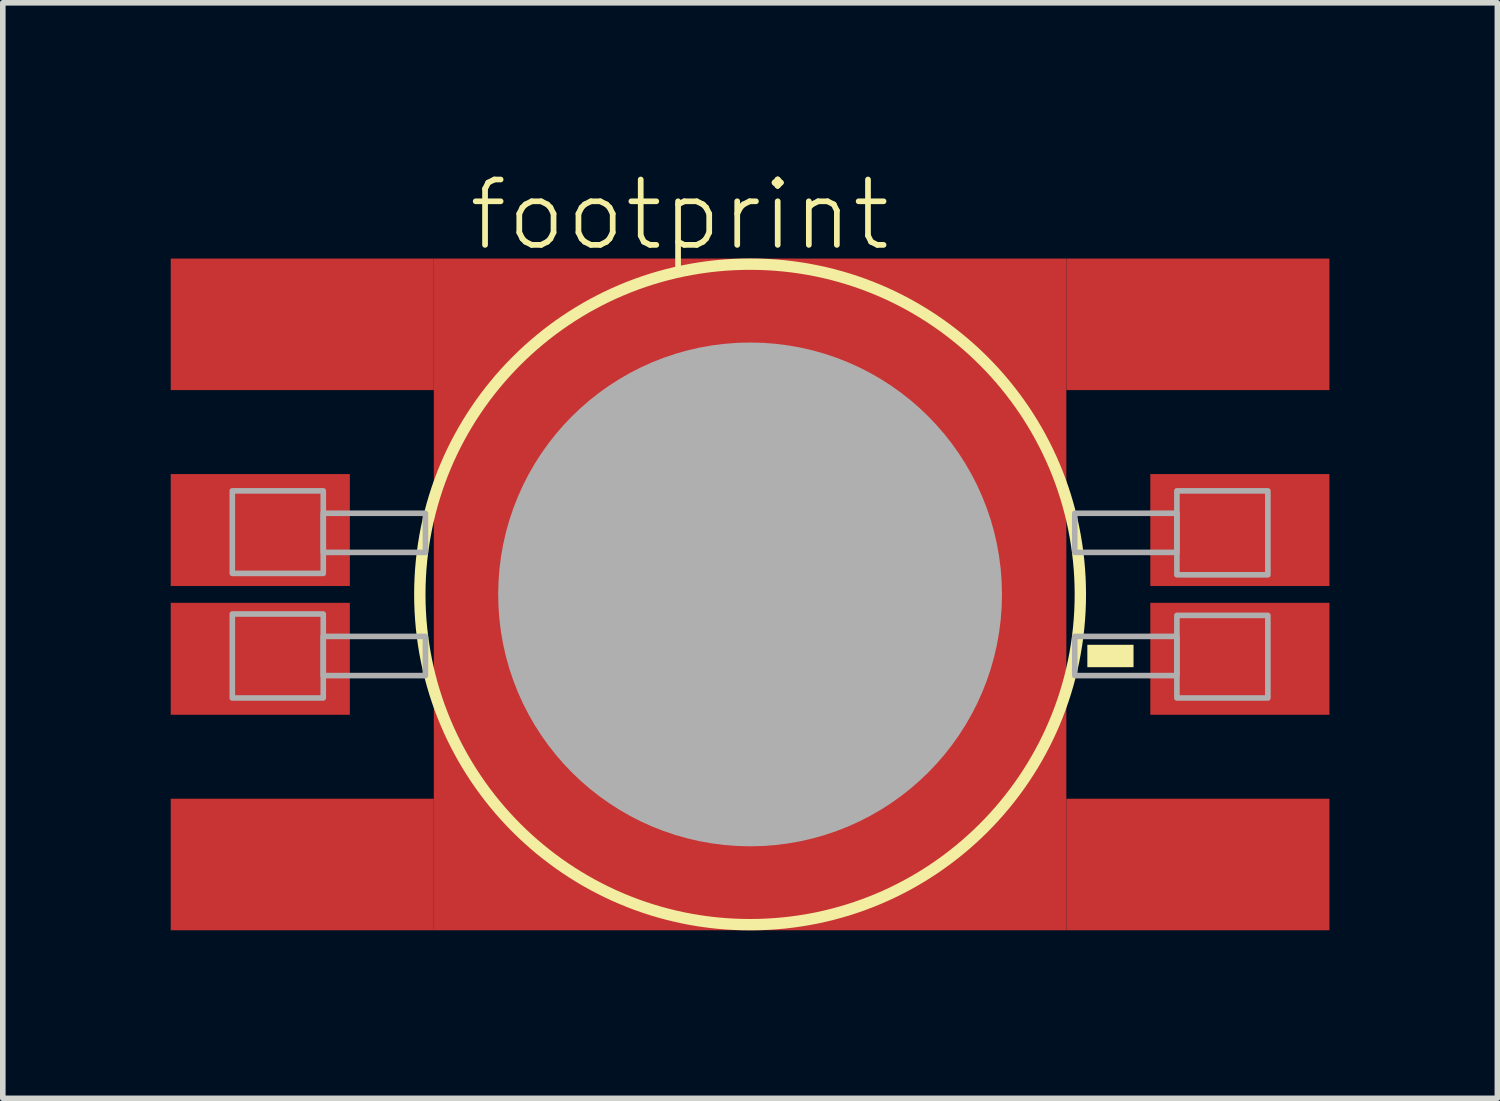
<source format=kicad_pcb>
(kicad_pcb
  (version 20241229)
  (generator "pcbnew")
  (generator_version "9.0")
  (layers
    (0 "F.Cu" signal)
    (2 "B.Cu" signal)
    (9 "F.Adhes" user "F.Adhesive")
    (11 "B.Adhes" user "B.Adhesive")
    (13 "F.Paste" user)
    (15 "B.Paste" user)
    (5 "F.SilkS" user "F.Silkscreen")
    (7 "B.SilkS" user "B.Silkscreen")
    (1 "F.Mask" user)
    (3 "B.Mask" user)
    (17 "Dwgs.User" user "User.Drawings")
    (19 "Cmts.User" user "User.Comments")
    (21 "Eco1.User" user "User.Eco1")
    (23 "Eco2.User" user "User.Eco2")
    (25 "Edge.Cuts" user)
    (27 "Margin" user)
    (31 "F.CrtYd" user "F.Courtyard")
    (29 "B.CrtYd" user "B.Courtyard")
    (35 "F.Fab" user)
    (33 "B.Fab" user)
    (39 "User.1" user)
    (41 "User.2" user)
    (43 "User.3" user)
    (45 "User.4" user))
  (footprint "footprint"
    (layer "F.Cu")
    (at 10.35 7.569)
    (property "Reference" "footprint" (at -5.08 -6.096 0) (layer "F.SilkS") (effects (font (size 1.168 1.168) (thickness 0.102)) (justify left bottom)))
    (fp_circle (center 0 0) (end 2 0) (stroke (width 4) (type solid)) (fill yes) (layer "F.Mask"))
    (fp_circle (center 0 0) (end 5.9 0) (stroke (width 0.203) (type solid)) (fill no) (layer "F.SilkS"))
    (fp_poly (pts (xy 6.025 1.3) (xy 6.85 1.3) (xy 6.85 0.9) (xy 6.025 0.9)) (stroke (width 0) (type solid)) (fill yes) (layer "F.SilkS"))
    (fp_poly (pts (xy -0.234 0) (xy -2.934 2.701) (xy -3.251 2.294) (xy -3.468 1.95) (xy -3.648 1.585) (xy -3.79 1.203) (xy -3.892 0.809) (xy -3.954 0.407) (xy -3.975 0.000001) (xy -3.954 -0.407) (xy -3.892 -0.809) (xy -3.79 -1.203) (xy -3.648 -1.585) (xy -3.468 -1.95) (xy -3.251 -2.294) (xy -3 -2.616) (xy -2.925 -2.691)) (stroke (width 0) (type solid)) (fill yes) (layer "F.Paste"))
    (fp_poly (pts (xy 0.407 -3.954) (xy 0.809 -3.892) (xy 1.203 -3.79) (xy 1.585 -3.648) (xy 1.95 -3.468) (xy 2.294 -3.251) (xy 2.616 -3) (xy 2.691 -2.925) (xy 0 -0.234) (xy -2.701 -2.934) (xy -2.294 -3.251) (xy -1.95 -3.468) (xy -1.585 -3.648) (xy -1.203 -3.79) (xy -0.809 -3.892) (xy -0.407 -3.954) (xy -0.000001 -3.975)) (stroke (width 0) (type solid)) (fill yes) (layer "F.Paste"))
    (fp_poly (pts (xy 2.701 2.934) (xy 2.294 3.251) (xy 1.95 3.468) (xy 1.585 3.648) (xy 1.203 3.79) (xy 0.809 3.892) (xy 0.407 3.954) (xy 0.000001 3.975) (xy -0.407 3.954) (xy -0.809 3.892) (xy -1.203 3.79) (xy -1.585 3.648) (xy -1.95 3.468) (xy -2.294 3.251) (xy -2.616 3) (xy -2.691 2.925) (xy 0 0.234)) (stroke (width 0) (type solid)) (fill yes) (layer "F.Paste"))
    (fp_poly (pts (xy 3.251 -2.294) (xy 3.468 -1.95) (xy 3.648 -1.585) (xy 3.79 -1.203) (xy 3.892 -0.809) (xy 3.954 -0.407) (xy 3.975 -0.000001) (xy 3.954 0.407) (xy 3.892 0.809) (xy 3.79 1.203) (xy 3.648 1.585) (xy 3.468 1.95) (xy 3.251 2.294) (xy 3 2.616) (xy 2.925 2.691) (xy 0.234 0) (xy 2.934 -2.701)) (stroke (width 0) (type solid)) (fill yes) (layer "F.Paste"))
    (fp_circle (center 0 0) (end 2.25 0) (stroke (width 4.5) (type solid)) (fill no) (layer "F.Fab"))
    (fp_poly (pts (xy -9.25 -0.375) (xy -7.625 -0.375) (xy -7.625 -1.85) (xy -9.25 -1.85)) (stroke (width 0.1) (type solid)) (fill no) (layer "F.Fab"))
    (fp_poly (pts (xy -9.25 1.85) (xy -7.625 1.85) (xy -7.625 0.35) (xy -9.25 0.35)) (stroke (width 0.1) (type solid)) (fill no) (layer "F.Fab"))
    (fp_poly (pts (xy -7.625 -0.75) (xy -5.8 -0.75) (xy -5.8 -1.45) (xy -7.625 -1.45)) (stroke (width 0.1) (type solid)) (fill no) (layer "F.Fab"))
    (fp_poly (pts (xy -7.625 1.45) (xy -5.8 1.45) (xy -5.8 0.75) (xy -7.625 0.75)) (stroke (width 0.1) (type solid)) (fill no) (layer "F.Fab"))
    (fp_poly (pts (xy 7.625 -1.45) (xy 5.8 -1.45) (xy 5.8 -0.75) (xy 7.625 -0.75)) (stroke (width 0.1) (type solid)) (fill no) (layer "F.Fab"))
    (fp_poly (pts (xy 7.625 0.75) (xy 5.8 0.75) (xy 5.8 1.45) (xy 7.625 1.45)) (stroke (width 0.1) (type solid)) (fill no) (layer "F.Fab"))
    (fp_poly (pts (xy 9.25 -1.85) (xy 7.625 -1.85) (xy 7.625 -0.35) (xy 9.25 -0.35)) (stroke (width 0.1) (type solid)) (fill no) (layer "F.Fab"))
    (fp_poly (pts (xy 9.25 0.375) (xy 7.625 0.375) (xy 7.625 1.85) (xy 9.25 1.85)) (stroke (width 0.1) (type solid)) (fill no) (layer "F.Fab"))
    (pad "A@1" smd rect (at -8.75 -1.15) (size 3.2 2) (layers "F.Cu" "F.Mask" "F.Paste"))
    (pad "A@2" smd rect (at -8.75 1.15) (size 3.2 2) (layers "F.Cu" "F.Mask" "F.Paste"))
    (pad "C@1" smd rect (at 8.75 1.15 180) (size 3.2 2) (layers "F.Cu" "F.Mask" "F.Paste"))
    (pad "C@2" smd rect (at 8.75 -1.15 180) (size 3.2 2) (layers "F.Cu" "F.Mask" "F.Paste"))
    (pad "TH@1" smd rect (at 0 0) (size 11.3 12) (layers "F.Cu"))
    (pad "TH@2" smd rect (at -8 -4.825) (size 4.7 2.35) (layers "F.Cu"))
    (pad "TH@3" smd rect (at -8 4.825) (size 4.7 2.35) (layers "F.Cu"))
    (pad "TH@4" smd rect (at 8 4.825 180) (size 4.7 2.35) (layers "F.Cu"))
    (pad "TH@5" smd rect (at 8 -4.825 180) (size 4.7 2.35) (layers "F.Cu")))
  (gr_rect
    (start -3 -3)
    (end 23.7 16.571)
    (stroke (width 0.1) (type default))
    (fill no)
    (layer "Edge.Cuts")))
</source>
